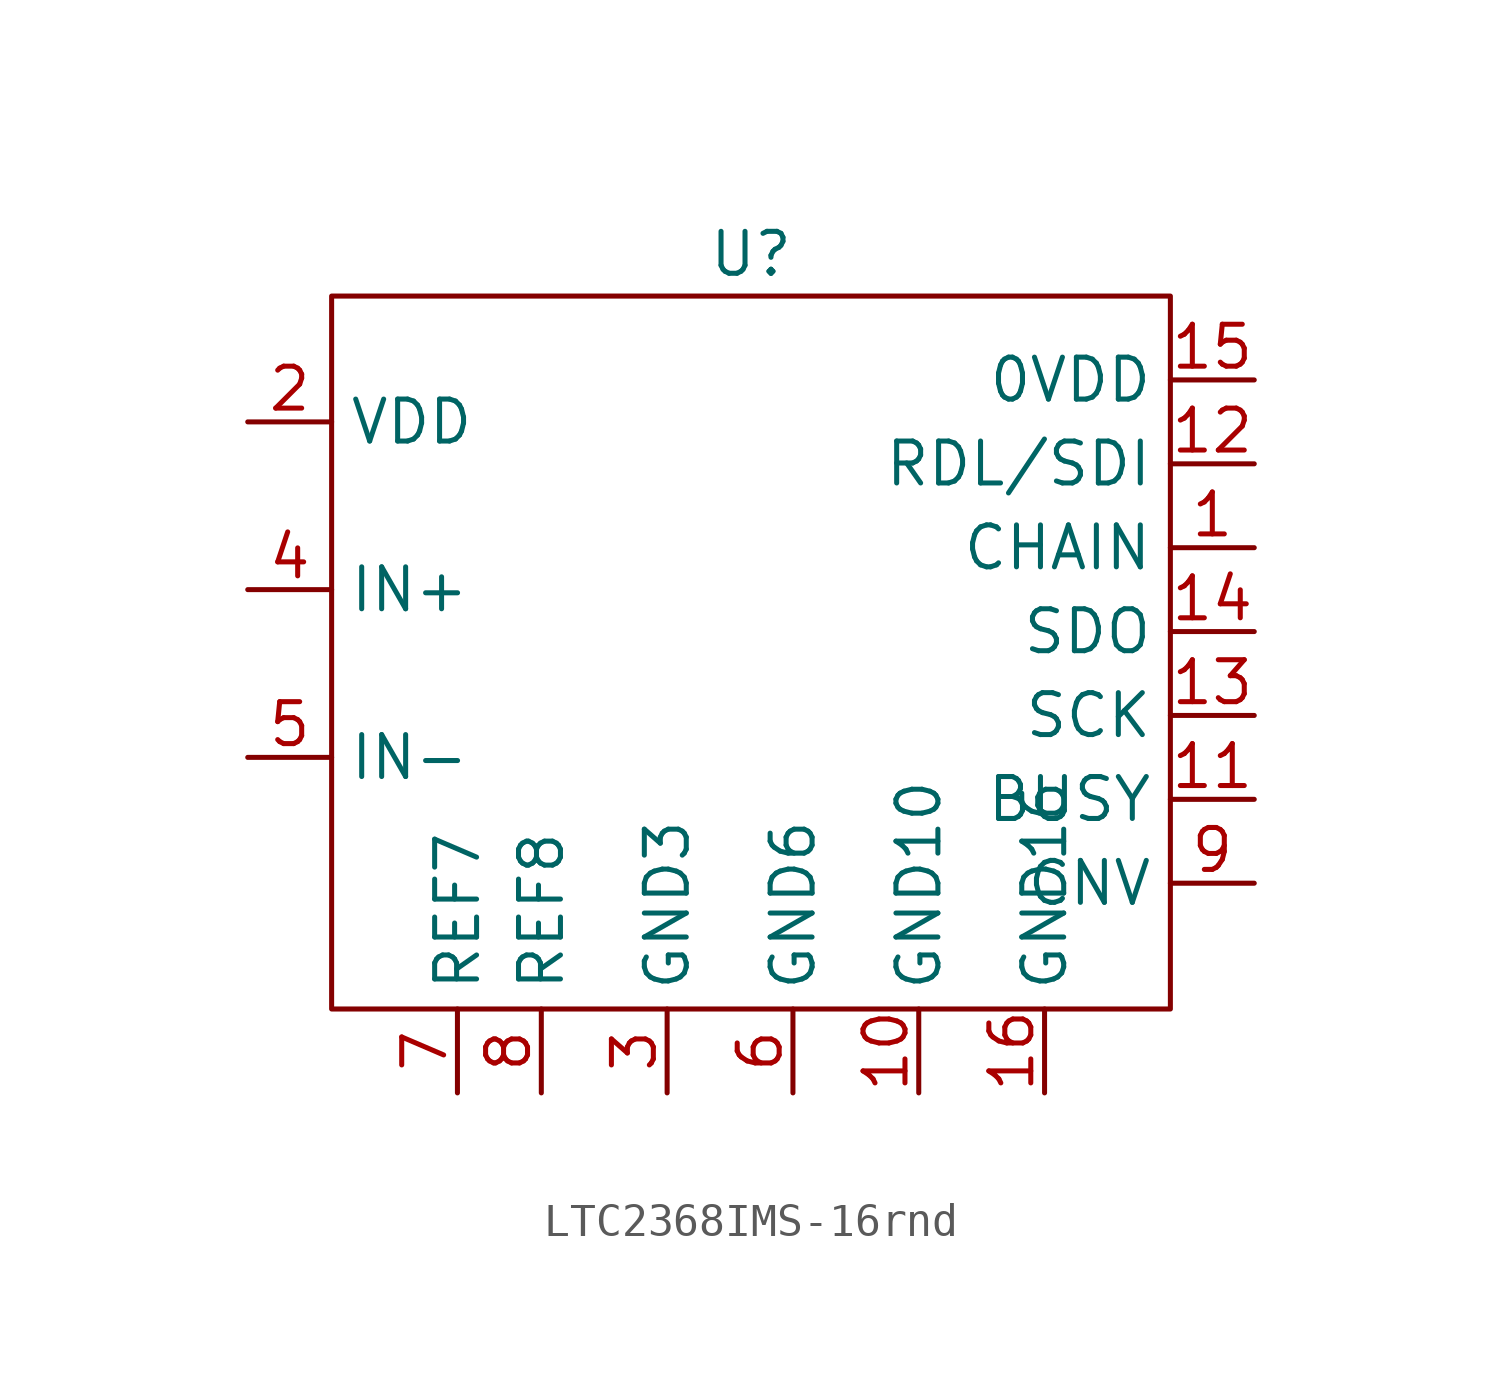
<source format=kicad_sym>
(kicad_symbol_lib
  (version 20241209)
  (generator "kicad_symbol_editor")
  (generator_version "9.0")
  (symbol "LTC2368IMS-16rnd"
    (property "Reference" "U"
      (at 0 13.97 0)
      (effects (font (size 1.27 1.27))))
    (property "Value" ""
      (at 0 0 0)
      (effects (font (size 1.27 1.27))))
    (symbol "LTC2368IMS-16rnd_0_1"
      (rectangle (start -12.7 12.7) (end 12.7 -8.89) (stroke (width 0) (type default)) (fill (type none))))
    (symbol "LTC2368IMS-16rnd_1_1"
      (pin input line (at -15.24 8.89 0) (length 2.54) (name "VDD" (effects (font (size 1.27 1.27)))) (number "2" (effects (font (size 1.27 1.27)))))
      (pin input line (at -15.24 3.81 0) (length 2.54) (name "IN+" (effects (font (size 1.27 1.27)))) (number "4" (effects (font (size 1.27 1.27)))))
      (pin input line (at -15.24 -1.27 0) (length 2.54) (name "IN-" (effects (font (size 1.27 1.27)))) (number "5" (effects (font (size 1.27 1.27)))))
      (pin input line (at -8.89 -11.43 90) (length 2.54) (name "REF7" (effects (font (size 1.27 1.27)))) (number "7" (effects (font (size 1.27 1.27)))))
      (pin input line (at -6.35 -11.43 90) (length 2.54) (name "REF8" (effects (font (size 1.27 1.27)))) (number "8" (effects (font (size 1.27 1.27)))))
      (pin passive line (at -2.54 -11.43 90) (length 2.54) (name "GND3" (effects (font (size 1.27 1.27)))) (number "3" (effects (font (size 1.27 1.27)))))
      (pin passive line (at 1.27 -11.43 90) (length 2.54) (name "GND6" (effects (font (size 1.27 1.27)))) (number "6" (effects (font (size 1.27 1.27)))))
      (pin passive line (at 5.08 -11.43 90) (length 2.54) (name "GND10" (effects (font (size 1.27 1.27)))) (number "10" (effects (font (size 1.27 1.27)))))
      (pin passive line (at 8.89 -11.43 90) (length 2.54) (name "GND16" (effects (font (size 1.27 1.27)))) (number "16" (effects (font (size 1.27 1.27)))))
      (pin input line (at 15.24 10.16 180) (length 2.54) (name "0VDD" (effects (font (size 1.27 1.27)))) (number "15" (effects (font (size 1.27 1.27)))))
      (pin input line (at 15.24 7.62 180) (length 2.54) (name "RDL/SDI" (effects (font (size 1.27 1.27)))) (number "12" (effects (font (size 1.27 1.27)))))
      (pin input line (at 15.24 5.08 180) (length 2.54) (name "CHAIN" (effects (font (size 1.27 1.27)))) (number "1" (effects (font (size 1.27 1.27)))))
      (pin output line (at 15.24 2.54 180) (length 2.54) (name "SDO" (effects (font (size 1.27 1.27)))) (number "14" (effects (font (size 1.27 1.27)))))
      (pin input line (at 15.24 0 180) (length 2.54) (name "SCK" (effects (font (size 1.27 1.27)))) (number "13" (effects (font (size 1.27 1.27)))))
      (pin output line (at 15.24 -2.54 180) (length 2.54) (name "BUSY" (effects (font (size 1.27 1.27)))) (number "11" (effects (font (size 1.27 1.27)))))
      (pin input line (at 15.24 -5.08 180) (length 2.54) (name "CNV" (effects (font (size 1.27 1.27)))) (number "9" (effects (font (size 1.27 1.27))))))))
</source>
